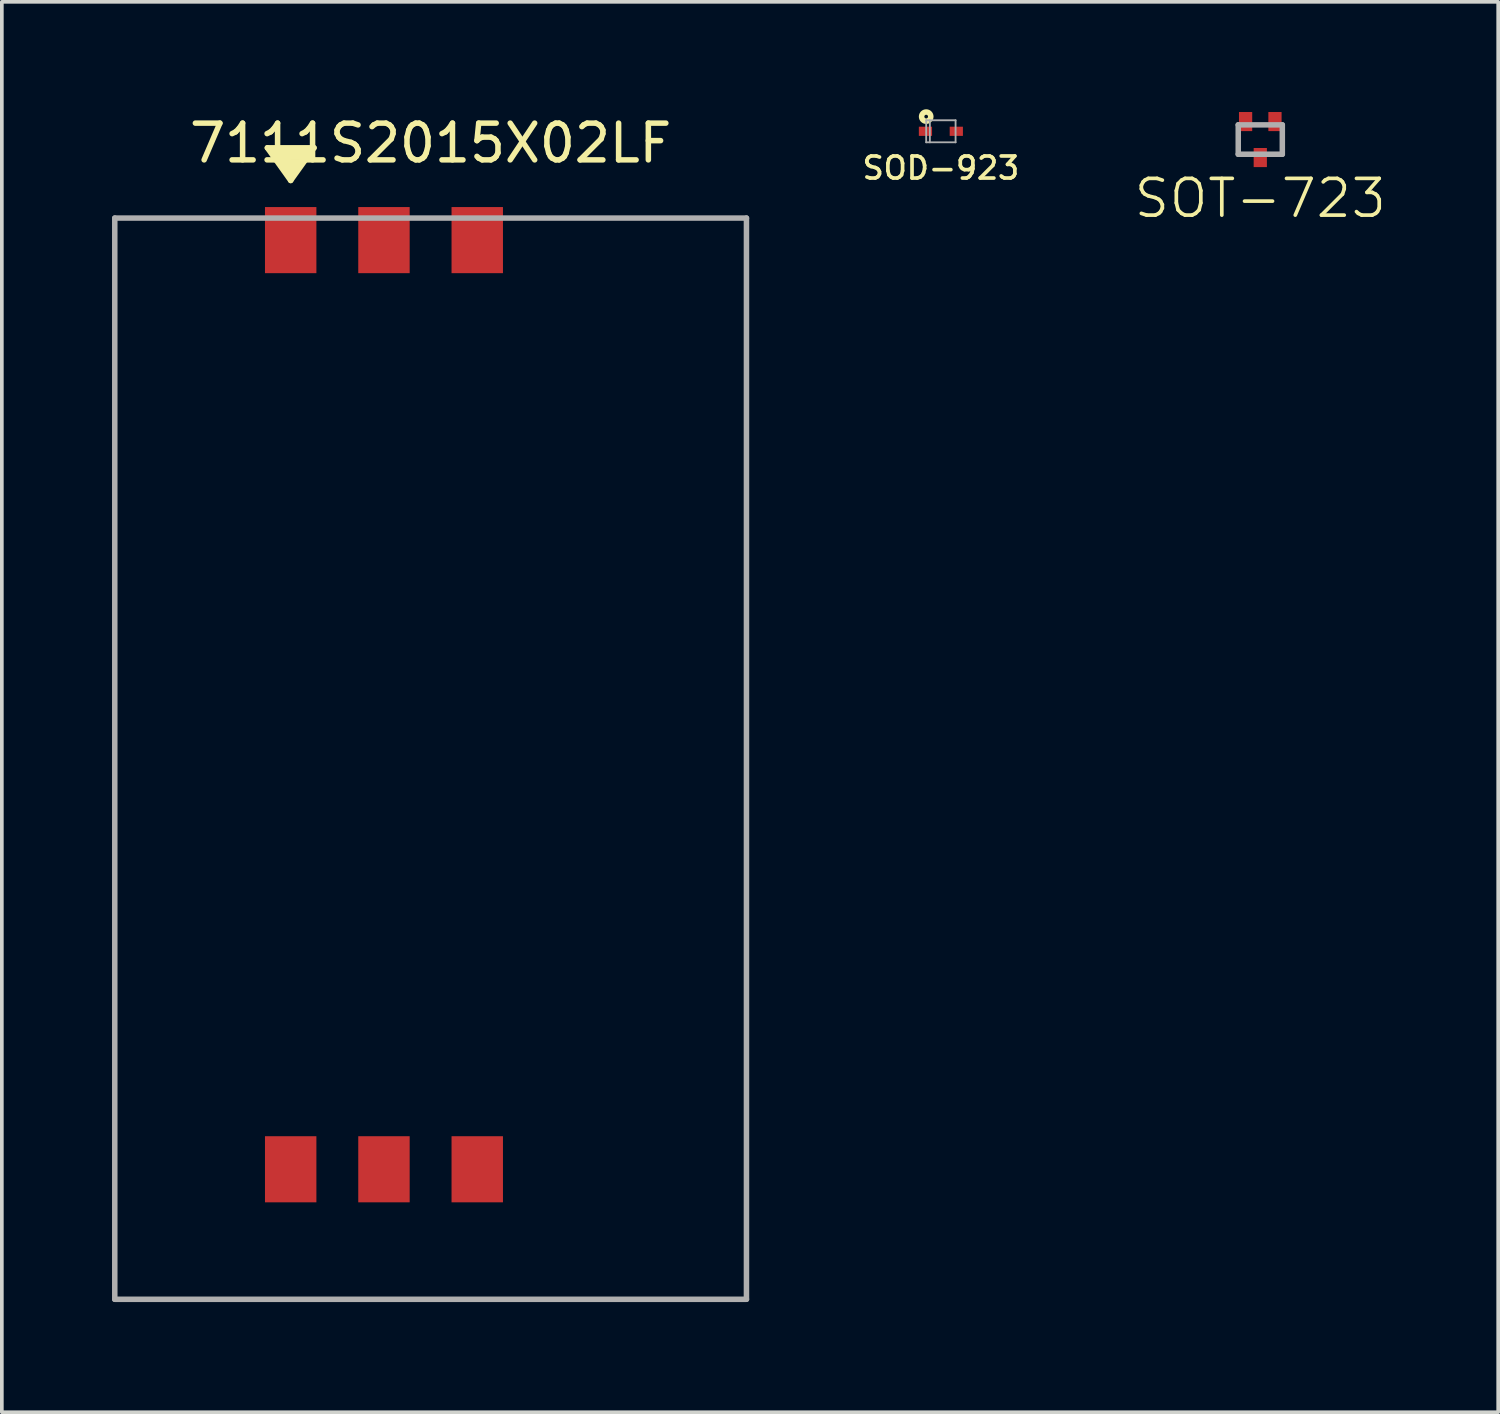
<source format=kicad_pcb>
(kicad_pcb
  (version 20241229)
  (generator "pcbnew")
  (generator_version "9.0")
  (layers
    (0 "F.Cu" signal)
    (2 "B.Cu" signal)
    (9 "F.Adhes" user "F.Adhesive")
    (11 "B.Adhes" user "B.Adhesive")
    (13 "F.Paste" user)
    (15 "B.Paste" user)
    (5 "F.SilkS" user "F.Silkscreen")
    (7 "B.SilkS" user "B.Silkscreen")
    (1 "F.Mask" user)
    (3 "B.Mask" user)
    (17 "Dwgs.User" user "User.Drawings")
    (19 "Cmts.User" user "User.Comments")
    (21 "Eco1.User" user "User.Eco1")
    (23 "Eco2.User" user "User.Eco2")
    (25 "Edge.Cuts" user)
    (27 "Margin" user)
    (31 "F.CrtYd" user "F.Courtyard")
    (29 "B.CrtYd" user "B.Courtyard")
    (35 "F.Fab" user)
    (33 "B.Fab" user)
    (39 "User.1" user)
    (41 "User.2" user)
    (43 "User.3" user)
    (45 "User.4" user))
  (footprint "SOT-723"
    (layer "F.Cu")
    (at 31.266 0.75)
    (property "Reference" "SOT-723" (at 0 1.6 0) (layer "F.SilkS") (effects (font (size 1 1) (thickness 0.1))))
    (attr through_hole)
    (fp_line (start -0.6 -0.4) (end -0.6 0.4) (stroke (width 0.15) (type solid)) (layer "F.Fab"))
    (fp_line (start -0.6 0.4) (end 0.6 0.4) (stroke (width 0.15) (type solid)) (layer "F.Fab"))
    (fp_line (start 0.6 -0.4) (end -0.6 -0.4) (stroke (width 0.15) (type solid)) (layer "F.Fab"))
    (fp_line (start 0.6 0.4) (end 0.6 -0.4) (stroke (width 0.15) (type solid)) (layer "F.Fab"))
    (pad "1" smd rect (at 0.4 -0.49) (size 0.36 0.52) (layers "F.Cu" "F.Mask" "F.Paste"))
    (pad "2" smd rect (at -0.4 -0.49) (size 0.36 0.52) (layers "F.Cu" "F.Mask" "F.Paste"))
    (pad "3" smd rect (at 0 0.49) (size 0.36 0.52) (layers "F.Cu" "F.Mask" "F.Paste")))
  (footprint "SOD-923"
    (layer "F.Cu")
    (at 22.569 0.525)
    (property "Reference" "SOD-923" (at 0 1 0) (layer "F.SilkS") (effects (font (size 0.6 0.6) (thickness 0.1))))
    (attr through_hole)
    (fp_circle (center -0.4 -0.4) (end -0.35 -0.4) (stroke (width 0.15) (type solid)) (fill no) (layer "F.SilkS"))
    (fp_line (start -0.4 -0.3) (end 0.4 -0.3) (stroke (width 0.05) (type solid)) (layer "F.Fab"))
    (fp_line (start -0.4 0.3) (end -0.4 -0.3) (stroke (width 0.05) (type solid)) (layer "F.Fab"))
    (fp_line (start -0.4 0.3) (end 0.4 0.3) (stroke (width 0.05) (type solid)) (layer "F.Fab"))
    (fp_line (start -0.3 -0.3) (end -0.3 0.3) (stroke (width 0.05) (type solid)) (layer "F.Fab"))
    (fp_line (start 0.4 -0.3) (end 0.4 0.3) (stroke (width 0.05) (type solid)) (layer "F.Fab"))
    (pad "1" smd rect (at -0.42 0) (size 0.36 0.25) (layers "F.Cu" "F.Mask" "F.Paste"))
    (pad "2" smd rect (at 0.42 0) (size 0.36 0.25) (layers "F.Cu" "F.Mask" "F.Paste")))
  (footprint "7111S2015X02LF"
    (layer "F.Cu")
    (at 8.675 28.788)
    (property "Reference" "7111S2015X02LF" (at 0 -27.94 0) (layer "F.SilkS") (effects (font (size 1 1) (thickness 0.15))))
    (attr through_hole)
    (fp_line (start -4.445 -27.813) (end -3.81 -26.924) (stroke (width 0.15) (type solid)) (layer "F.SilkS"))
    (fp_line (start -4.191 -27.559) (end -3.429 -27.559) (stroke (width 0.15) (type solid)) (layer "F.SilkS"))
    (fp_line (start -3.937 -27.178) (end -3.683 -27.178) (stroke (width 0.15) (type solid)) (layer "F.SilkS"))
    (fp_line (start -3.81 -27.051) (end -3.81 -27.178) (stroke (width 0.15) (type solid)) (layer "F.SilkS"))
    (fp_line (start -3.81 -26.924) (end -3.175 -27.813) (stroke (width 0.15) (type solid)) (layer "F.SilkS"))
    (fp_line (start -3.556 -27.432) (end -4.064 -27.432) (stroke (width 0.15) (type solid)) (layer "F.SilkS"))
    (fp_line (start -3.556 -27.305) (end -4.064 -27.305) (stroke (width 0.15) (type solid)) (layer "F.SilkS"))
    (fp_line (start -3.302 -27.686) (end -4.318 -27.686) (stroke (width 0.15) (type solid)) (layer "F.SilkS"))
    (fp_line (start -3.175 -27.813) (end -4.445 -27.813) (stroke (width 0.15) (type solid)) (layer "F.SilkS"))
    (fp_line (start -8.6 3.54) (end -8.6 -25.9) (stroke (width 0.15) (type solid)) (layer "F.Fab"))
    (fp_line (start 8.6 -25.9) (end -8.6 -25.9) (stroke (width 0.15) (type solid)) (layer "F.Fab"))
    (fp_line (start 8.6 3.54) (end -8.6 3.54) (stroke (width 0.15) (type solid)) (layer "F.Fab"))
    (fp_line (start 8.6 3.54) (end 8.6 -25.9) (stroke (width 0.15) (type solid)) (layer "F.Fab"))
    (pad "C1" smd rect (at -3.81 -25.3) (size 1.4 1.8) (layers "F.Cu" "F.Mask" "F.Paste"))
    (pad "C2" smd rect (at -1.27 -25.3) (size 1.4 1.8) (layers "F.Cu" "F.Mask" "F.Paste"))
    (pad "C3" smd rect (at 1.27 -25.3) (size 1.4 1.8) (layers "F.Cu" "F.Mask" "F.Paste"))
    (pad "C5" smd rect (at -3.81 0) (size 1.4 1.8) (layers "F.Cu" "F.Mask" "F.Paste"))
    (pad "C6" smd rect (at -1.27 0) (size 1.4 1.8) (layers "F.Cu" "F.Mask" "F.Paste"))
    (pad "C7" smd rect (at 1.27 0) (size 1.4 1.8) (layers "F.Cu" "F.Mask" "F.Paste")))
  (gr_rect
    (start -3 -3)
    (end 37.744 35.403)
    (stroke (width 0.1) (type default))
    (fill no)
    (layer "Edge.Cuts")))
</source>
